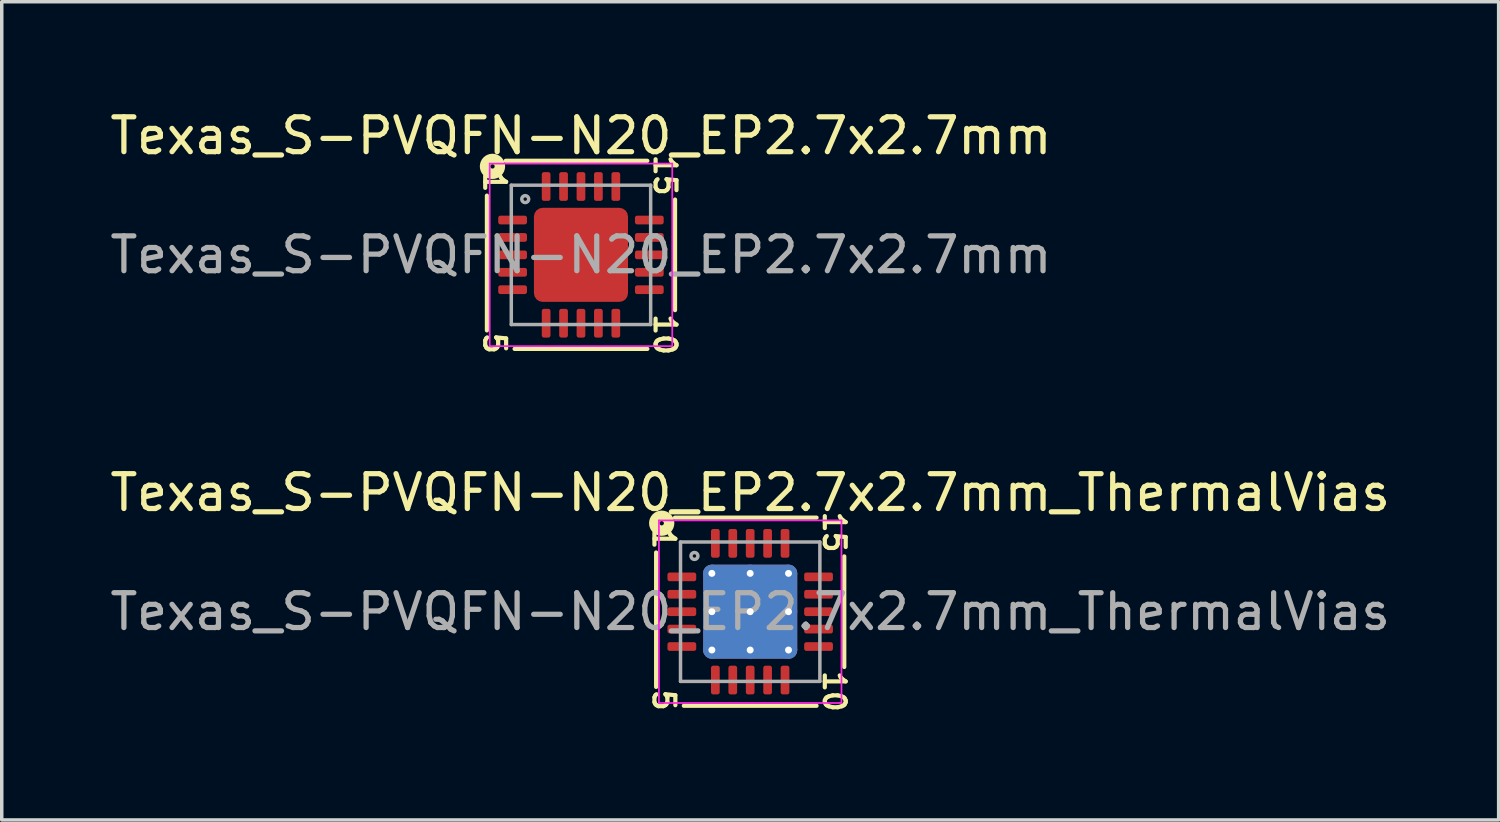
<source format=kicad_pcb>
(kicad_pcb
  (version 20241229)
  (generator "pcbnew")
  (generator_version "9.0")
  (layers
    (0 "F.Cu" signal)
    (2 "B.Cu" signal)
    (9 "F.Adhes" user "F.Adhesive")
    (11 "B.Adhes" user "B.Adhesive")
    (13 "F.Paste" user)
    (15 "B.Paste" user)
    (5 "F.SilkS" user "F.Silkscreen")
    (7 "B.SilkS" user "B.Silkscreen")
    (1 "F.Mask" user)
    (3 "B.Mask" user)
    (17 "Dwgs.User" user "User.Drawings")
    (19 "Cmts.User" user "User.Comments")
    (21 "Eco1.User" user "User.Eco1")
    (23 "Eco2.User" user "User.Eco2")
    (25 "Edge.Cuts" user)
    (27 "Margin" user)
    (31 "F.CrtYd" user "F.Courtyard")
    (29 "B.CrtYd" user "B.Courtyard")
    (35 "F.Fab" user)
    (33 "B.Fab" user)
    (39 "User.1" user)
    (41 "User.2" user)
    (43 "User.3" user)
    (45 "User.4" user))
  (footprint "Texas_S-PVQFN-N20_EP2.7x2.7mm"
    (layer "F.Cu")
    (at 13.625 4.265)
    (property "Reference" "Texas_S-PVQFN-N20_EP2.7x2.7mm" (at 0 -3.417 0) (layer "F.SilkS") (effects (font (size 1 1) (thickness 0.15))))
    (attr smd)
    (fp_line (start -2.7 -1.7) (end -2.7 2.168) (stroke (width 0.12) (type solid)) (layer "F.SilkS"))
    (fp_line (start -1.905 2.7) (end 1.905 2.7) (stroke (width 0.12) (type solid)) (layer "F.SilkS"))
    (fp_line (start 1.905 -2.7) (end -2.159 -2.7) (stroke (width 0.12) (type solid)) (layer "F.SilkS"))
    (fp_line (start 2.7 1.587) (end 2.7 -1.587) (stroke (width 0.12) (type solid)) (layer "F.SilkS"))
    (fp_circle (center -2.54 -2.54) (end -2.477 -2.54) (stroke (width 0.3) (type solid)) (fill no) (layer "F.SilkS"))
    (fp_line (start -2.62 -2.62) (end -2.62 2.62) (stroke (width 0.05) (type solid)) (layer "F.CrtYd"))
    (fp_line (start -2.62 2.62) (end 2.62 2.62) (stroke (width 0.05) (type solid)) (layer "F.CrtYd"))
    (fp_line (start 2.62 -2.62) (end -2.62 -2.62) (stroke (width 0.05) (type solid)) (layer "F.CrtYd"))
    (fp_line (start 2.62 2.62) (end 2.62 -2.62) (stroke (width 0.05) (type solid)) (layer "F.CrtYd"))
    (fp_line (start -2 -2) (end 2 -2) (stroke (width 0.1) (type solid)) (layer "F.Fab"))
    (fp_line (start -2 2) (end -2 -2) (stroke (width 0.1) (type solid)) (layer "F.Fab"))
    (fp_line (start 2 -2) (end 2 2) (stroke (width 0.1) (type solid)) (layer "F.Fab"))
    (fp_line (start 2 2) (end -2 2) (stroke (width 0.1) (type solid)) (layer "F.Fab"))
    (fp_circle (center -1.6 -1.6) (end -1.5 -1.6) (stroke (width 0.1) (type solid)) (fill no) (layer "F.Fab"))
    (fp_text user "5" (at -2.477 2.54 270) (unlocked yes) (layer "F.SilkS") (effects (font (size 0.6 0.6) (thickness 0.12))))
    (fp_text user "10" (at 2.413 2.286 270) (unlocked yes) (layer "F.SilkS") (effects (font (size 0.6 0.6) (thickness 0.12))))
    (fp_text user "15" (at 2.413 -2.286 270) (unlocked yes) (layer "F.SilkS") (effects (font (size 0.6 0.6) (thickness 0.12))))
    (fp_text user "1" (at -2.477 -2.095 270) (unlocked yes) (layer "F.SilkS") (effects (font (size 0.6 0.6) (thickness 0.12))))
    (fp_text user "${REFERENCE}" (at 0 0 0) (layer "F.Fab") (effects (font (size 1 1) (thickness 0.15))))
    (pad "" smd roundrect (at -0.675 -0.675) (size 1.09 1.09) (layers "F.Paste") (roundrect_rratio 0.229))
    (pad "" smd roundrect (at -0.675 0.675) (size 1.09 1.09) (layers "F.Paste") (roundrect_rratio 0.229))
    (pad "" smd roundrect (at 0.675 -0.675) (size 1.09 1.09) (layers "F.Paste") (roundrect_rratio 0.229))
    (pad "" smd roundrect (at 0.675 0.675) (size 1.09 1.09) (layers "F.Paste") (roundrect_rratio 0.229))
    (pad "1" smd roundrect (at -1.962 -1) (size 0.825 0.25) (layers "F.Cu" "F.Mask" "F.Paste") (roundrect_rratio 0.25))
    (pad "2" smd roundrect (at -1.962 -0.5) (size 0.825 0.25) (layers "F.Cu" "F.Mask" "F.Paste") (roundrect_rratio 0.25))
    (pad "3" smd roundrect (at -1.962 0) (size 0.825 0.25) (layers "F.Cu" "F.Mask" "F.Paste") (roundrect_rratio 0.25))
    (pad "4" smd roundrect (at -1.962 0.5) (size 0.825 0.25) (layers "F.Cu" "F.Mask" "F.Paste") (roundrect_rratio 0.25))
    (pad "5" smd roundrect (at -1.962 1) (size 0.825 0.25) (layers "F.Cu" "F.Mask" "F.Paste") (roundrect_rratio 0.25))
    (pad "6" smd roundrect (at -1 1.962) (size 0.25 0.825) (layers "F.Cu" "F.Mask" "F.Paste") (roundrect_rratio 0.25))
    (pad "7" smd roundrect (at -0.5 1.962) (size 0.25 0.825) (layers "F.Cu" "F.Mask" "F.Paste") (roundrect_rratio 0.25))
    (pad "8" smd roundrect (at 0 1.962) (size 0.25 0.825) (layers "F.Cu" "F.Mask" "F.Paste") (roundrect_rratio 0.25))
    (pad "9" smd roundrect (at 0.5 1.962) (size 0.25 0.825) (layers "F.Cu" "F.Mask" "F.Paste") (roundrect_rratio 0.25))
    (pad "10" smd roundrect (at 1 1.962) (size 0.25 0.825) (layers "F.Cu" "F.Mask" "F.Paste") (roundrect_rratio 0.25))
    (pad "11" smd roundrect (at 1.962 1) (size 0.825 0.25) (layers "F.Cu" "F.Mask" "F.Paste") (roundrect_rratio 0.25))
    (pad "12" smd roundrect (at 1.962 0.5) (size 0.825 0.25) (layers "F.Cu" "F.Mask" "F.Paste") (roundrect_rratio 0.25))
    (pad "13" smd roundrect (at 1.962 0) (size 0.825 0.25) (layers "F.Cu" "F.Mask" "F.Paste") (roundrect_rratio 0.25))
    (pad "14" smd roundrect (at 1.962 -0.5) (size 0.825 0.25) (layers "F.Cu" "F.Mask" "F.Paste") (roundrect_rratio 0.25))
    (pad "15" smd roundrect (at 1.962 -1) (size 0.825 0.25) (layers "F.Cu" "F.Mask" "F.Paste") (roundrect_rratio 0.25))
    (pad "16" smd roundrect (at 1 -1.962) (size 0.25 0.825) (layers "F.Cu" "F.Mask" "F.Paste") (roundrect_rratio 0.25))
    (pad "17" smd roundrect (at 0.5 -1.962) (size 0.25 0.825) (layers "F.Cu" "F.Mask" "F.Paste") (roundrect_rratio 0.25))
    (pad "18" smd roundrect (at 0 -1.962) (size 0.25 0.825) (layers "F.Cu" "F.Mask" "F.Paste") (roundrect_rratio 0.25))
    (pad "19" smd roundrect (at -0.5 -1.962) (size 0.25 0.825) (layers "F.Cu" "F.Mask" "F.Paste") (roundrect_rratio 0.25))
    (pad "20" smd roundrect (at -1 -1.962) (size 0.25 0.825) (layers "F.Cu" "F.Mask" "F.Paste") (roundrect_rratio 0.25))
    (pad "21" smd roundrect (at 0 0) (size 2.7 2.7) (layers "F.Cu" "F.Mask") (roundrect_rratio 0.093)))
  (footprint "Texas_S-PVQFN-N20_EP2.7x2.7mm_ThermalVias"
    (layer "F.Cu")
    (at 18.482 14.507)
    (property "Reference" "Texas_S-PVQFN-N20_EP2.7x2.7mm_ThermalVias" (at 0 -3.417 0) (layer "F.SilkS") (effects (font (size 1 1) (thickness 0.15))))
    (attr smd)
    (fp_line (start -2.7 -1.7) (end -2.7 2.159) (stroke (width 0.12) (type solid)) (layer "F.SilkS"))
    (fp_line (start -1.905 2.7) (end 1.905 2.7) (stroke (width 0.12) (type solid)) (layer "F.SilkS"))
    (fp_line (start 1.905 -2.7) (end -2.159 -2.7) (stroke (width 0.12) (type solid)) (layer "F.SilkS"))
    (fp_line (start 2.7 1.587) (end 2.7 -1.587) (stroke (width 0.12) (type solid)) (layer "F.SilkS"))
    (fp_circle (center -2.54 -2.54) (end -2.477 -2.54) (stroke (width 0.3) (type solid)) (fill no) (layer "F.SilkS"))
    (fp_line (start -2.62 -2.62) (end -2.62 2.62) (stroke (width 0.05) (type solid)) (layer "F.CrtYd"))
    (fp_line (start -2.62 2.62) (end 2.62 2.62) (stroke (width 0.05) (type solid)) (layer "F.CrtYd"))
    (fp_line (start 2.62 -2.62) (end -2.62 -2.62) (stroke (width 0.05) (type solid)) (layer "F.CrtYd"))
    (fp_line (start 2.62 2.62) (end 2.62 -2.62) (stroke (width 0.05) (type solid)) (layer "F.CrtYd"))
    (fp_line (start -2 -2) (end 2 -2) (stroke (width 0.1) (type solid)) (layer "F.Fab"))
    (fp_line (start -2 2) (end -2 -2) (stroke (width 0.1) (type solid)) (layer "F.Fab"))
    (fp_line (start 2 -2) (end 2 2) (stroke (width 0.1) (type solid)) (layer "F.Fab"))
    (fp_line (start 2 2) (end -2 2) (stroke (width 0.1) (type solid)) (layer "F.Fab"))
    (fp_circle (center -1.6 -1.6) (end -1.5 -1.6) (stroke (width 0.1) (type solid)) (fill no) (layer "F.Fab"))
    (fp_text user "5" (at -2.477 2.54 270) (unlocked yes) (layer "F.SilkS") (effects (font (size 0.6 0.6) (thickness 0.12))))
    (fp_text user "10" (at 2.413 2.286 270) (unlocked yes) (layer "F.SilkS") (effects (font (size 0.6 0.6) (thickness 0.12))))
    (fp_text user "15" (at 2.413 -2.286 270) (unlocked yes) (layer "F.SilkS") (effects (font (size 0.6 0.6) (thickness 0.12))))
    (fp_text user "1" (at -2.477 -2.095 270) (unlocked yes) (layer "F.SilkS") (effects (font (size 0.6 0.6) (thickness 0.12))))
    (fp_text user "${REFERENCE}" (at 0 0 0) (layer "F.Fab") (effects (font (size 1 1) (thickness 0.15))))
    (pad "" smd roundrect (at -0.675 -0.675) (size 1.13 1.13) (layers "F.Paste") (roundrect_rratio 0.221))
    (pad "" smd roundrect (at -0.675 0.675) (size 1.13 1.13) (layers "F.Paste") (roundrect_rratio 0.221))
    (pad "" smd roundrect (at 0.675 -0.675) (size 1.13 1.13) (layers "F.Paste") (roundrect_rratio 0.221))
    (pad "" smd roundrect (at 0.675 0.675) (size 1.13 1.13) (layers "F.Paste") (roundrect_rratio 0.221))
    (pad "1" smd roundrect (at -1.962 -1) (size 0.825 0.25) (layers "F.Cu" "F.Mask" "F.Paste") (roundrect_rratio 0.25))
    (pad "2" smd roundrect (at -1.962 -0.5) (size 0.825 0.25) (layers "F.Cu" "F.Mask" "F.Paste") (roundrect_rratio 0.25))
    (pad "3" smd roundrect (at -1.962 0) (size 0.825 0.25) (layers "F.Cu" "F.Mask" "F.Paste") (roundrect_rratio 0.25))
    (pad "4" smd roundrect (at -1.962 0.5) (size 0.825 0.25) (layers "F.Cu" "F.Mask" "F.Paste") (roundrect_rratio 0.25))
    (pad "5" smd roundrect (at -1.962 1) (size 0.825 0.25) (layers "F.Cu" "F.Mask" "F.Paste") (roundrect_rratio 0.25))
    (pad "6" smd roundrect (at -1 1.962) (size 0.25 0.825) (layers "F.Cu" "F.Mask" "F.Paste") (roundrect_rratio 0.25))
    (pad "7" smd roundrect (at -0.5 1.962) (size 0.25 0.825) (layers "F.Cu" "F.Mask" "F.Paste") (roundrect_rratio 0.25))
    (pad "8" smd roundrect (at 0 1.962) (size 0.25 0.825) (layers "F.Cu" "F.Mask" "F.Paste") (roundrect_rratio 0.25))
    (pad "9" smd roundrect (at 0.5 1.962) (size 0.25 0.825) (layers "F.Cu" "F.Mask" "F.Paste") (roundrect_rratio 0.25))
    (pad "10" smd roundrect (at 1 1.962) (size 0.25 0.825) (layers "F.Cu" "F.Mask" "F.Paste") (roundrect_rratio 0.25))
    (pad "11" smd roundrect (at 1.962 1) (size 0.825 0.25) (layers "F.Cu" "F.Mask" "F.Paste") (roundrect_rratio 0.25))
    (pad "12" smd roundrect (at 1.962 0.5) (size 0.825 0.25) (layers "F.Cu" "F.Mask" "F.Paste") (roundrect_rratio 0.25))
    (pad "13" smd roundrect (at 1.962 0) (size 0.825 0.25) (layers "F.Cu" "F.Mask" "F.Paste") (roundrect_rratio 0.25))
    (pad "14" smd roundrect (at 1.962 -0.5) (size 0.825 0.25) (layers "F.Cu" "F.Mask" "F.Paste") (roundrect_rratio 0.25))
    (pad "15" smd roundrect (at 1.962 -1) (size 0.825 0.25) (layers "F.Cu" "F.Mask" "F.Paste") (roundrect_rratio 0.25))
    (pad "16" smd roundrect (at 1 -1.962) (size 0.25 0.825) (layers "F.Cu" "F.Mask" "F.Paste") (roundrect_rratio 0.25))
    (pad "17" smd roundrect (at 0.5 -1.962) (size 0.25 0.825) (layers "F.Cu" "F.Mask" "F.Paste") (roundrect_rratio 0.25))
    (pad "18" smd roundrect (at 0 -1.962) (size 0.25 0.825) (layers "F.Cu" "F.Mask" "F.Paste") (roundrect_rratio 0.25))
    (pad "19" smd roundrect (at -0.5 -1.962) (size 0.25 0.825) (layers "F.Cu" "F.Mask" "F.Paste") (roundrect_rratio 0.25))
    (pad "20" smd roundrect (at -1 -1.962) (size 0.25 0.825) (layers "F.Cu" "F.Mask" "F.Paste") (roundrect_rratio 0.25))
    (pad "21" thru_hole circle (at -1.1 -1.1) (size 0.5 0.5) (drill 0.2) (property pad_prop_heatsink) (layers "*.Cu"))
    (pad "21" thru_hole circle (at -1.1 0) (size 0.5 0.5) (drill 0.2) (property pad_prop_heatsink) (layers "*.Cu"))
    (pad "21" thru_hole circle (at -1.1 1.1) (size 0.5 0.5) (drill 0.2) (property pad_prop_heatsink) (layers "*.Cu"))
    (pad "21" thru_hole circle (at 0 -1.1) (size 0.5 0.5) (drill 0.2) (property pad_prop_heatsink) (layers "*.Cu"))
    (pad "21" thru_hole circle (at 0 0) (size 0.5 0.5) (drill 0.2) (property pad_prop_heatsink) (layers "*.Cu"))
    (pad "21" smd roundrect (at 0 0) (size 2.7 2.7) (layers "F.Cu" "F.Mask") (roundrect_rratio 0.093))
    (pad "21" smd roundrect (at 0 0) (size 2.7 2.7) (layers "B.Cu" "B.Mask") (roundrect_rratio 0.093))
    (pad "21" thru_hole circle (at 0 1.1) (size 0.5 0.5) (drill 0.2) (property pad_prop_heatsink) (layers "*.Cu"))
    (pad "21" thru_hole circle (at 1.1 -1.1) (size 0.5 0.5) (drill 0.2) (property pad_prop_heatsink) (layers "*.Cu"))
    (pad "21" thru_hole circle (at 1.1 0) (size 0.5 0.5) (drill 0.2) (property pad_prop_heatsink) (layers "*.Cu"))
    (pad "21" thru_hole circle (at 1.1 1.1) (size 0.5 0.5) (drill 0.2) (property pad_prop_heatsink) (layers "*.Cu")))
  (gr_rect
    (start -3 -3)
    (end 39.964 20.484)
    (stroke (width 0.1) (type default))
    (fill no)
    (layer "Edge.Cuts")))
</source>
